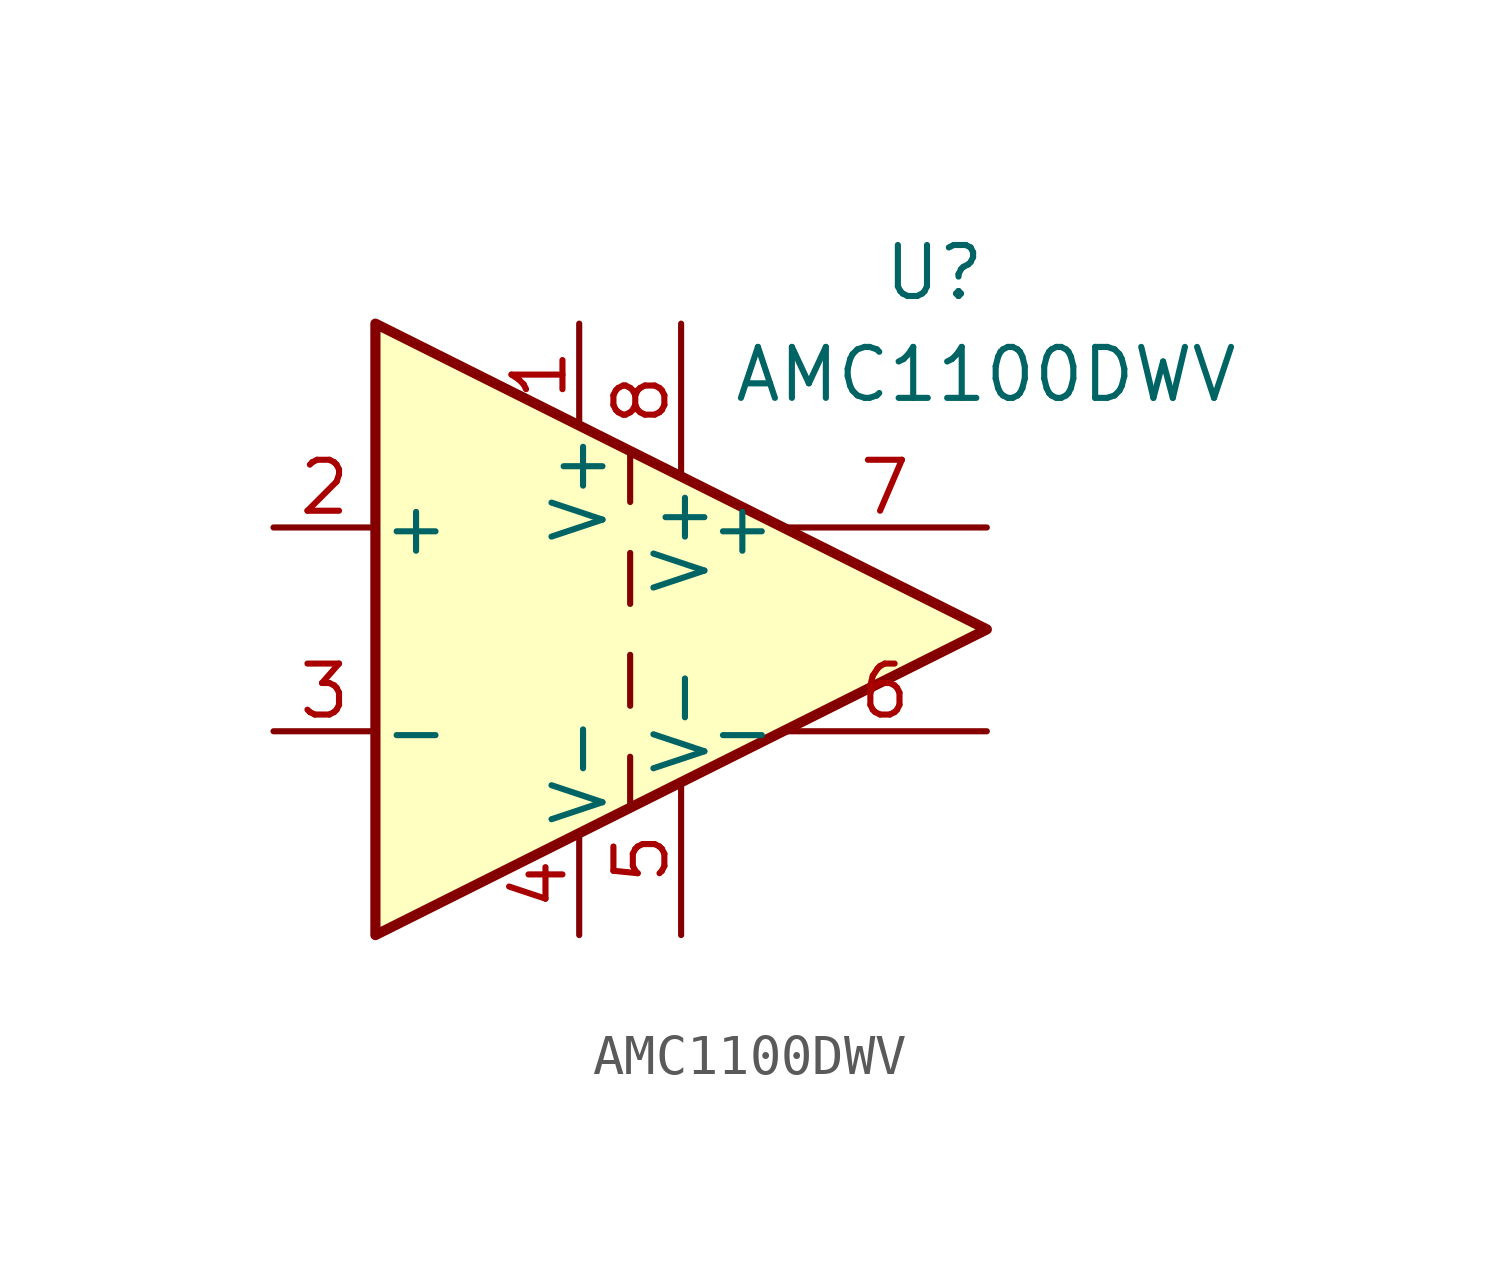
<source format=kicad_sym>
(kicad_symbol_lib
  (version 20241209)
  (generator "kicad_symbol_editor")
  (generator_version "9.0")
  (symbol "AMC1100DWV"
    (pin_names
      (offset 0.127))
    (property "Reference" "U"
      (at 7.62 8.89 0)
      (effects (font (size 1.27 1.27)) (justify right)))
    (property "Value" "AMC1100DWV"
      (at 1.27 6.35 0)
      (effects (font (size 1.27 1.27)) (justify left)))
    (symbol "AMC1100DWV_0_1"
      (polyline (pts (xy -7.62 -7.62) (xy -7.62 7.62) (xy 7.62 0) (xy -7.62 -7.62)) (stroke (width 0.254) (type default)) (fill (type background)))
      (polyline (pts (xy -1.27 4.445) (xy -1.27 3.175)) (stroke (width 0) (type default)) (fill (type none)))
      (polyline (pts (xy -1.27 1.905) (xy -1.27 0.635)) (stroke (width 0) (type default)) (fill (type none)))
      (polyline (pts (xy -1.27 -0.635) (xy -1.27 -1.905)) (stroke (width 0) (type default)) (fill (type none)))
      (polyline (pts (xy -1.27 -3.175) (xy -1.27 -4.445)) (stroke (width 0) (type default)) (fill (type none))))
    (symbol "AMC1100DWV_1_1"
      (pin input line (at -10.16 2.54 0) (length 2.54) (name "+" (effects (font (size 1.27 1.27)))) (number "2" (effects (font (size 1.27 1.27)))))
      (pin input line (at -10.16 -2.54 0) (length 2.54) (name "-" (effects (font (size 1.27 1.27)))) (number "3" (effects (font (size 1.27 1.27)))))
      (pin power_in line (at -2.54 7.62 270) (length 2.54) (name "V+" (effects (font (size 1.27 1.27)))) (number "1" (effects (font (size 1.27 1.27)))))
      (pin power_in line (at -2.54 -7.62 90) (length 2.54) (name "V-" (effects (font (size 1.27 1.27)))) (number "4" (effects (font (size 1.27 1.27)))))
      (pin power_in line (at 0 7.62 270) (length 3.81) (name "V+" (effects (font (size 1.27 1.27)))) (number "8" (effects (font (size 1.27 1.27)))))
      (pin power_in line (at 0 -7.62 90) (length 3.81) (name "V-" (effects (font (size 1.27 1.27)))) (number "5" (effects (font (size 1.27 1.27)))))
      (pin output line (at 7.62 2.54 180) (length 5.08) (name "+" (effects (font (size 1.27 1.27)))) (number "7" (effects (font (size 1.27 1.27)))))
      (pin output line (at 7.62 -2.54 180) (length 5.08) (name "-" (effects (font (size 1.27 1.27)))) (number "6" (effects (font (size 1.27 1.27))))))))
</source>
